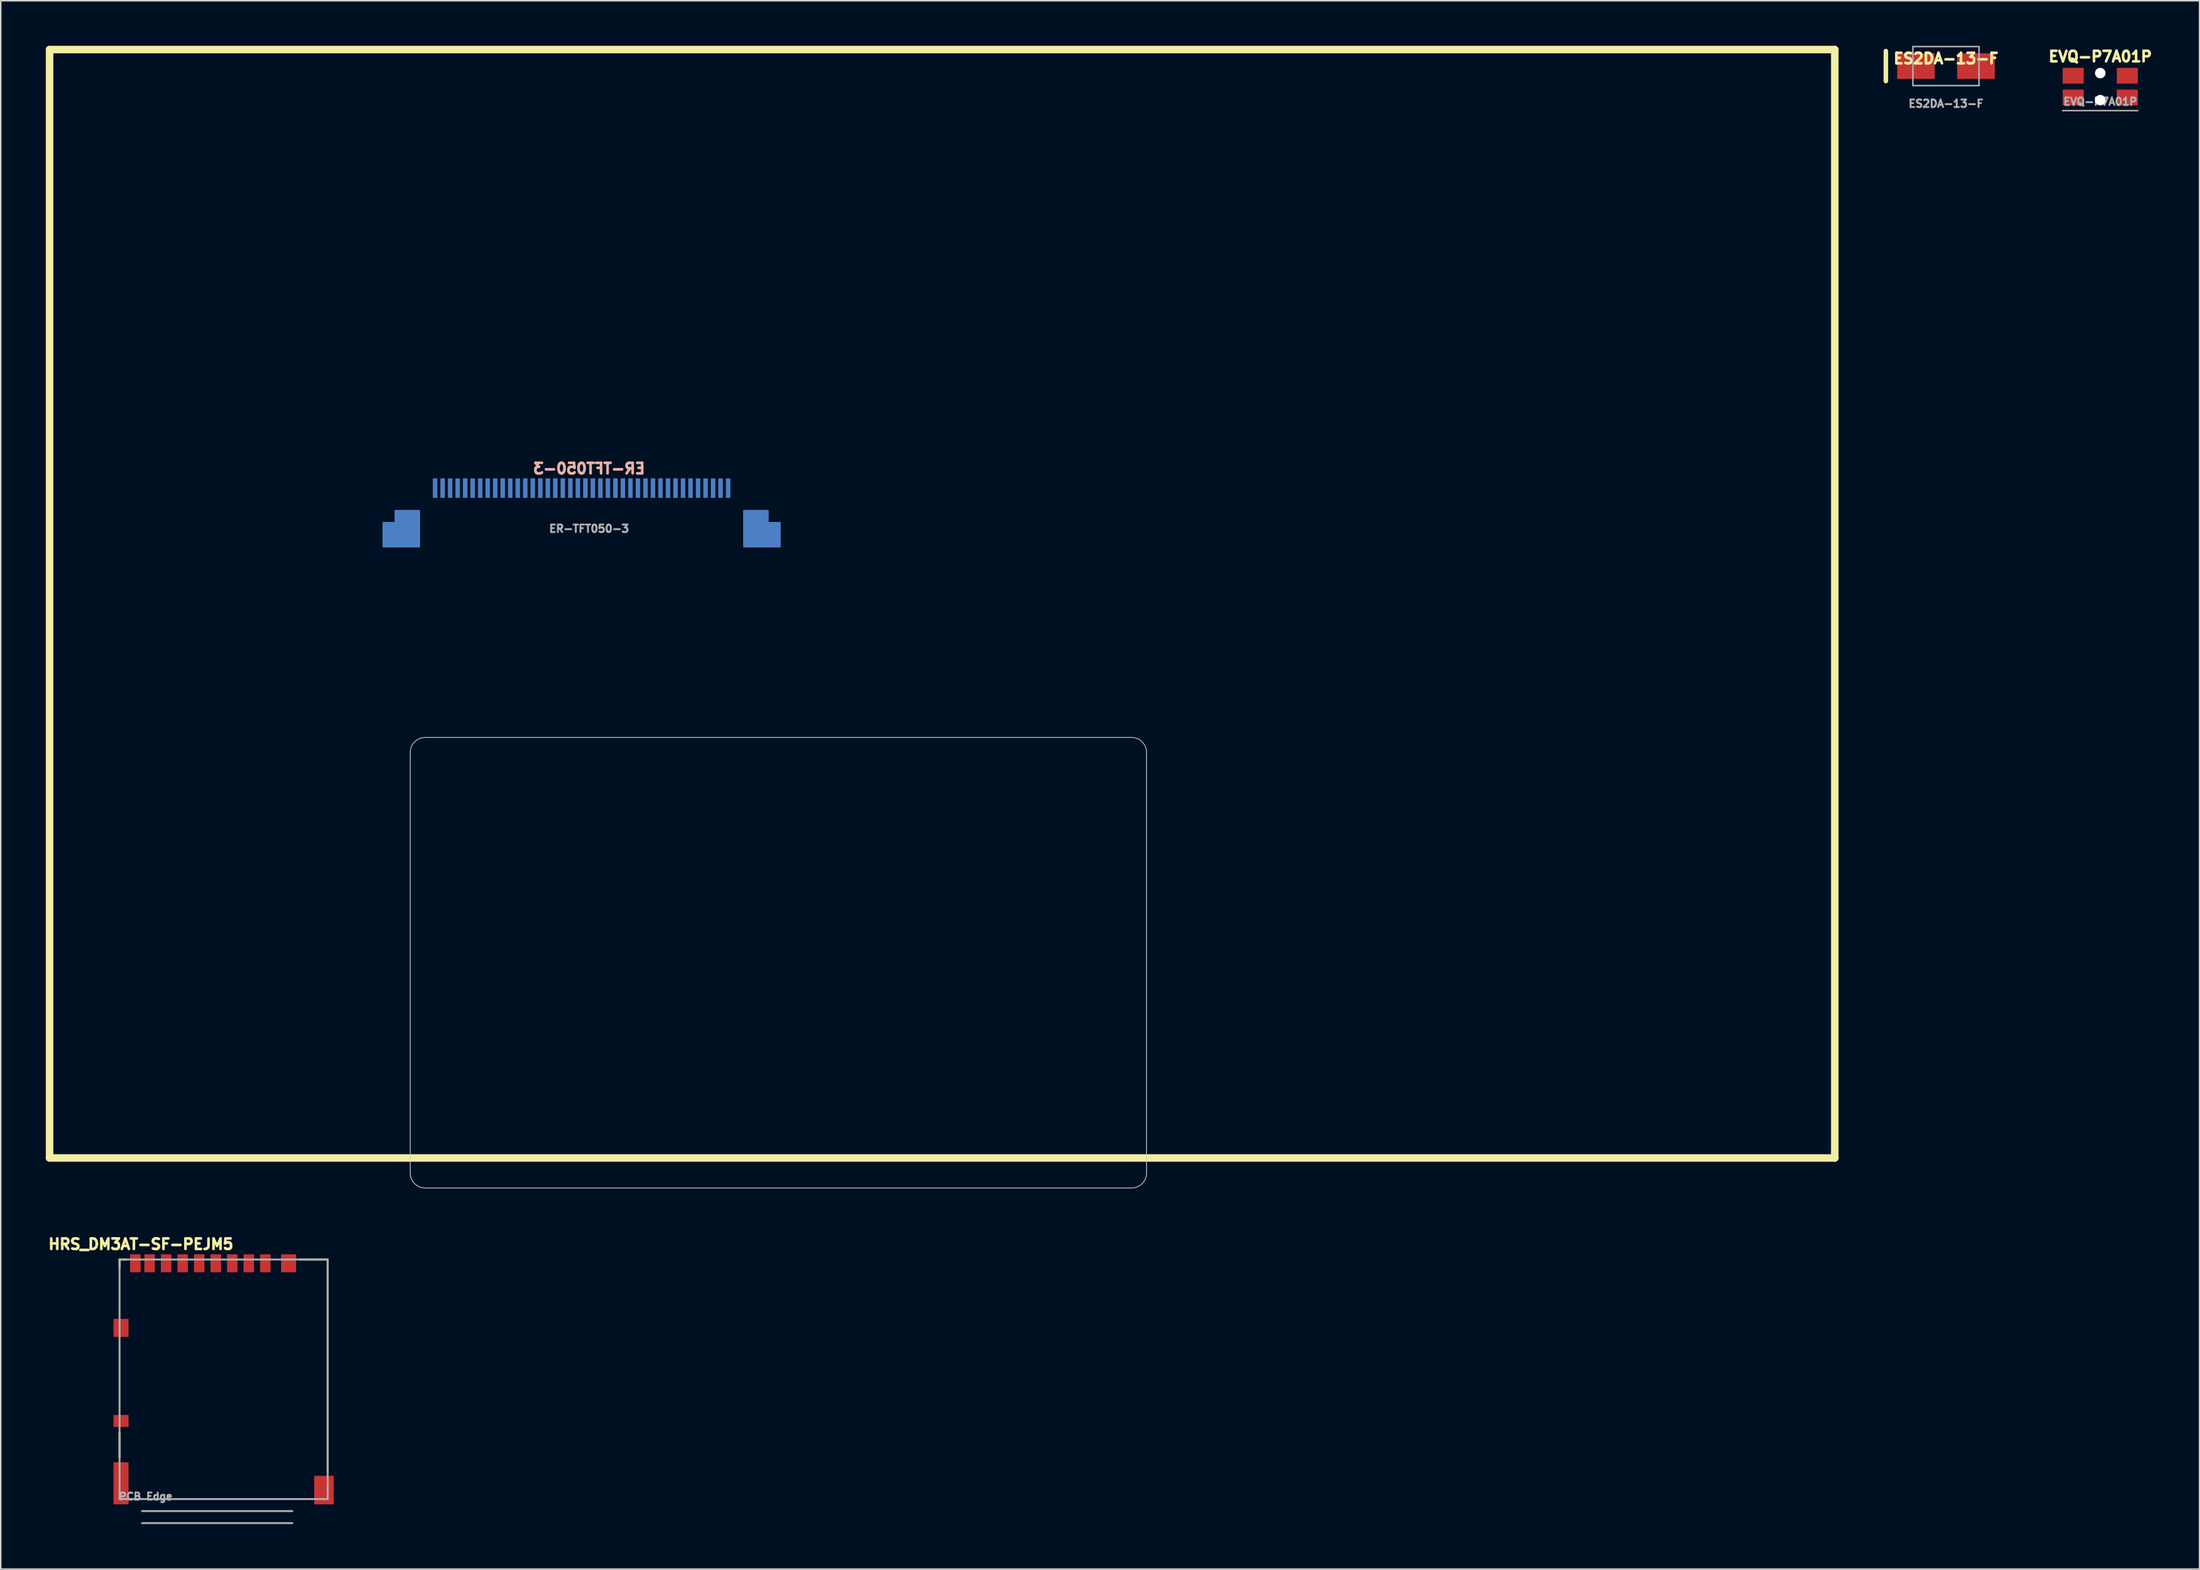
<source format=kicad_pcb>
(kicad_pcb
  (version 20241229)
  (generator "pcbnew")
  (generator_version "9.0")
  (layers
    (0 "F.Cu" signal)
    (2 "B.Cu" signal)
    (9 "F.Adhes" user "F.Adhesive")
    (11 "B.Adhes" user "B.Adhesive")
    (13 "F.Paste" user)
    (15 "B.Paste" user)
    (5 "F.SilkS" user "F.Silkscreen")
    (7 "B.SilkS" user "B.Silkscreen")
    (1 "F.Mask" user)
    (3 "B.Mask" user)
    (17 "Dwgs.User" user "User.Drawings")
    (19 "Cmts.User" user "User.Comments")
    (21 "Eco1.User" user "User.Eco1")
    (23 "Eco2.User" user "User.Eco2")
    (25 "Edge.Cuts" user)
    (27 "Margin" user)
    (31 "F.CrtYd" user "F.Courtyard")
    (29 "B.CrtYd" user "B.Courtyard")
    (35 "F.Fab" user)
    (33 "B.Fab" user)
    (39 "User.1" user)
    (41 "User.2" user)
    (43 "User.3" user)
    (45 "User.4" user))
  (footprint "ES2DA-13-F"
    (layer "F.Cu")
    (at 126.45 1.35)
    (property "Reference" "ES2DA-13-F" (at 0 -0.5 0) (unlocked yes) (layer "F.SilkS") (effects (font (size 0.7 0.7) (thickness 0.175) (bold yes))))
    (attr smd)
    (fp_line (start -4 -1) (end -4 1) (stroke (width 0.3) (type default)) (layer "F.SilkS"))
    (fp_line (start -2.2 -1.3) (end -2.2 1.3) (stroke (width 0.1) (type default)) (layer "F.Fab"))
    (fp_line (start 2.2 -1.3) (end -2.2 -1.3) (stroke (width 0.1) (type default)) (layer "F.Fab"))
    (fp_line (start 2.2 -1.3) (end 2.2 1.3) (stroke (width 0.1) (type default)) (layer "F.Fab"))
    (fp_line (start 2.2 1.3) (end -2.2 1.3) (stroke (width 0.1) (type default)) (layer "F.Fab"))
    (fp_text user "${REFERENCE}" (at 0 2.5 0) (unlocked yes) (layer "F.Fab") (effects (font (size 0.5 0.5) (thickness 0.125))))
    (pad "1" smd rect (at 2 0) (size 2.5 1.7) (layers "F.Cu" "F.Mask" "F.Paste"))
    (pad "2" smd rect (at -2 0) (size 2.5 1.7) (layers "F.Cu" "F.Mask" "F.Paste")))
  (footprint "HRS_DM3AT-SF-PEJM5"
    (layer "F.Cu")
    (at 11.406 81.062)
    (property "Reference" "HRS_DM3AT-SF-PEJM5" (at -5.08 -1.27 0) (layer "F.SilkS") (effects (font (size 0.7 0.7) (thickness 0.175) (bold yes))))
    (attr smd)
    (fp_line (start -6.5 -0.25) (end -6.5 0.3) (stroke (width 0.127) (type solid)) (layer "F.SilkS"))
    (fp_line (start -6.5 12.9) (end -6.5 11.3) (stroke (width 0.127) (type solid)) (layer "F.SilkS"))
    (fp_line (start -6.05 -0.25) (end -6.5 -0.25) (stroke (width 0.127) (type solid)) (layer "F.SilkS"))
    (fp_line (start 5.5 -0.25) (end 7.35 -0.25) (stroke (width 0.127) (type solid)) (layer "F.SilkS"))
    (fp_line (start 7.35 -0.25) (end 7.35 13.9) (stroke (width 0.127) (type solid)) (layer "F.SilkS"))
    (fp_line (start -6.5 -0.25) (end 7.35 -0.25) (stroke (width 0.127) (type solid)) (layer "F.Fab"))
    (fp_line (start -6.5 15.7) (end -6.5 -0.25) (stroke (width 0.127) (type solid)) (layer "F.Fab"))
    (fp_line (start 5 16.5) (end -5 16.5) (stroke (width 0.127) (type solid)) (layer "F.Fab"))
    (fp_line (start 5 17.3) (end -5 17.3) (stroke (width 0.127) (type solid)) (layer "F.Fab"))
    (fp_line (start 7.35 -0.25) (end 7.35 15.7) (stroke (width 0.127) (type solid)) (layer "F.Fab"))
    (fp_line (start 7.35 15.7) (end -6.5 15.7) (stroke (width 0.127) (type solid)) (layer "F.Fab"))
    (fp_text user "PCB Edge" (at -4.758 15.525 0) (layer "F.Fab") (effects (font (size 0.481 0.481) (thickness 0.15))))
    (pad "1" smd rect (at 3.2 0) (size 0.7 1.2) (layers "F.Cu" "F.Mask" "F.Paste"))
    (pad "2" smd rect (at 2.1 0) (size 0.7 1.2) (layers "F.Cu" "F.Mask" "F.Paste"))
    (pad "3" smd rect (at 1 0) (size 0.7 1.2) (layers "F.Cu" "F.Mask" "F.Paste"))
    (pad "4" smd rect (at -0.1 0) (size 0.7 1.2) (layers "F.Cu" "F.Mask" "F.Paste"))
    (pad "5" smd rect (at -1.2 0) (size 0.7 1.2) (layers "F.Cu" "F.Mask" "F.Paste"))
    (pad "6" smd rect (at -2.3 0) (size 0.7 1.2) (layers "F.Cu" "F.Mask" "F.Paste"))
    (pad "7" smd rect (at -3.4 0) (size 0.7 1.2) (layers "F.Cu" "F.Mask" "F.Paste"))
    (pad "8" smd rect (at -4.5 0) (size 0.7 1.2) (layers "F.Cu" "F.Mask" "F.Paste"))
    (pad "P1" smd rect (at -6.4 4.3) (size 1 1.2) (layers "F.Cu" "F.Mask" "F.Paste"))
    (pad "P2" smd rect (at -6.4 14.65) (size 1 2.8) (layers "F.Cu" "F.Mask" "F.Paste"))
    (pad "P3" smd rect (at 7.1 15.1) (size 1.3 1.9) (layers "F.Cu" "F.Mask" "F.Paste"))
    (pad "P4" smd rect (at 4.75 0) (size 1 1.2) (layers "F.Cu" "F.Mask" "F.Paste"))
    (pad "SWA" smd rect (at -6.4 10.5) (size 1 0.8) (layers "F.Cu" "F.Mask" "F.Paste"))
    (pad "SWB" smd rect (at -5.45 0) (size 0.7 1.2) (layers "F.Cu" "F.Mask" "F.Paste"))
    (zone (net_name "") (layer "F.Cu") (hatch full 0.508) (connect_pads) (min_thickness 0.01) (filled_areas_thickness no) (keepout (tracks not_allowed) (vias not_allowed) (pads not_allowed) (copperpour not_allowed) (footprints allowed)) (placement (enabled no)) (fill) (polygon (pts (xy 4.593 81.512) (xy 5.356 81.512) (xy 5.356 84.769) (xy 4.593 84.769))))
    (zone (net_name "") (layer "F.Cu") (hatch full 0.508) (connect_pads) (min_thickness 0.01) (filled_areas_thickness no) (keepout (tracks not_allowed) (vias not_allowed) (pads not_allowed) (copperpour not_allowed) (footprints allowed)) (placement (enabled no)) (fill) (polygon (pts (xy 4.602 85.962) (xy 5.356 85.962) (xy 5.356 89.567) (xy 4.602 89.567))))
    (zone (net_name "") (layer "F.Cu") (hatch full 0.508) (connect_pads) (min_thickness 0.01) (filled_areas_thickness no) (keepout (tracks not_allowed) (vias not_allowed) (pads not_allowed) (copperpour not_allowed) (footprints allowed)) (placement (enabled no)) (fill) (polygon (pts (xy 5.7 87.362) (xy 6.406 87.362) (xy 6.406 94.976) (xy 5.7 94.976))))
    (zone (net_name "") (layer "F.Cu") (hatch full 0.508) (connect_pads) (min_thickness 0.01) (filled_areas_thickness no) (keepout (tracks not_allowed) (vias not_allowed) (pads not_allowed) (copperpour not_allowed) (footprints allowed)) (placement (enabled no)) (fill) (polygon (pts (xy 6.403 86.062) (xy 15.106 86.062) (xy 15.106 87.666) (xy 6.403 87.666))))
    (zone (net_name "") (layer "F.Cu") (hatch full 0.508) (connect_pads) (min_thickness 0.01) (filled_areas_thickness no) (keepout (tracks not_allowed) (vias not_allowed) (pads not_allowed) (copperpour not_allowed) (footprints allowed)) (placement (enabled no)) (fill) (polygon (pts (xy 14.757 95.762) (xy 17.306 95.762) (xy 17.306 97.119) (xy 14.757 97.119)))))
  (footprint "ER-TFT050-3"
    (layer "F.Cu")
    (at 59.65 37.15)
    (property "Reference" "ER-TFT050-3" (at -23.5 -9 0) (unlocked yes) (layer "B.SilkS") (effects (font (size 0.7 0.7) (thickness 0.175) (bold yes)) (justify mirror)))
    (attr smd)
    (fp_poly (pts (xy -34.795 -6.2) (xy -36.395 -6.2) (xy -36.395 -5.4) (xy -37.195 -5.4) (xy -37.195 -3.8) (xy -34.795 -3.8)) (stroke (width 0.1) (type solid)) (fill yes) (layer "B.Cu"))
    (fp_poly (pts (xy -13.195 -6.2) (xy -11.595 -6.2) (xy -11.595 -5.4) (xy -10.795 -5.4) (xy -10.795 -3.8) (xy -13.195 -3.8)) (stroke (width 0.1) (type solid)) (fill yes) (layer "B.Cu"))
    (fp_poly (pts (xy -34.795 -6.2) (xy -36.395 -6.2) (xy -36.395 -5.4) (xy -37.195 -5.4) (xy -37.195 -3.8) (xy -34.795 -3.8)) (stroke (width 0.1) (type solid)) (fill yes) (layer "B.Mask"))
    (fp_poly (pts (xy -13.195 -6.2) (xy -11.595 -6.2) (xy -11.595 -5.4) (xy -10.795 -5.4) (xy -10.795 -3.8) (xy -13.195 -3.8)) (stroke (width 0.1) (type solid)) (fill yes) (layer "B.Mask"))
    (fp_line (start -59.4 -36.9) (end -59.4 36.9) (stroke (width 0.5) (type default)) (layer "F.SilkS"))
    (fp_line (start -59.4 -36.9) (end 59.4 -36.9) (stroke (width 0.5) (type default)) (layer "F.SilkS"))
    (fp_line (start -59.4 36.9) (end 59.4 36.9) (stroke (width 0.5) (type default)) (layer "F.SilkS"))
    (fp_line (start 59.4 -36.9) (end 59.4 36.9) (stroke (width 0.5) (type default)) (layer "F.SilkS"))
    (fp_poly (pts (xy -34.795 -6.2) (xy -36.395 -6.2) (xy -36.395 -5.4) (xy -37.195 -5.4) (xy -37.195 -3.8) (xy -34.795 -3.8)) (stroke (width 0.1) (type solid)) (fill yes) (layer "B.Paste"))
    (fp_poly (pts (xy -13.195 -6.2) (xy -11.595 -6.2) (xy -11.595 -5.4) (xy -10.795 -5.4) (xy -10.795 -3.8) (xy -13.195 -3.8)) (stroke (width 0.1) (type solid)) (fill yes) (layer "B.Paste"))
    (fp_line (start -35.4 37.9) (end -35.4 9.9) (stroke (width 0.05) (type default)) (layer "Edge.Cuts"))
    (fp_line (start -34.4 8.9) (end 12.6 8.9) (stroke (width 0.05) (type default)) (layer "Edge.Cuts"))
    (fp_line (start -34.4 38.9) (end 12.6 38.9) (stroke (width 0.05) (type default)) (layer "Edge.Cuts"))
    (fp_line (start 13.6 37.9) (end 13.6 9.9) (stroke (width 0.05) (type default)) (layer "Edge.Cuts"))
    (fp_arc (start -35.4 9.9) (mid -35.107107 9.192893) (end -34.4 8.9) (stroke (width 0.05) (type default)) (layer "Edge.Cuts"))
    (fp_arc (start -34.4 38.9) (mid -35.107107 38.607107) (end -35.4 37.9) (stroke (width 0.05) (type default)) (layer "Edge.Cuts"))
    (fp_arc (start 12.6 8.9) (mid 13.307107 9.192893) (end 13.6 9.9) (stroke (width 0.05) (type default)) (layer "Edge.Cuts"))
    (fp_arc (start 13.6 37.9) (mid 13.307107 38.607107) (end 12.6 38.9) (stroke (width 0.05) (type default)) (layer "Edge.Cuts"))
    (fp_text user "${REFERENCE}" (at -23.5 -5 0) (unlocked yes) (layer "F.Fab") (effects (font (size 0.5 0.5) (thickness 0.125))))
    (pad "1" smd rect (at -33.745 -7.7) (size 0.3 1.3) (layers "B.Cu" "B.Mask" "B.Paste"))
    (pad "2" smd rect (at -33.245 -7.7) (size 0.3 1.3) (layers "B.Cu" "B.Mask" "B.Paste"))
    (pad "3" smd rect (at -32.745 -7.7) (size 0.3 1.3) (layers "B.Cu" "B.Mask" "B.Paste"))
    (pad "4" smd rect (at -32.245 -7.7) (size 0.3 1.3) (layers "B.Cu" "B.Mask" "B.Paste"))
    (pad "5" smd rect (at -31.745 -7.7) (size 0.3 1.3) (layers "B.Cu" "B.Mask" "B.Paste"))
    (pad "6" smd rect (at -31.245 -7.7) (size 0.3 1.3) (layers "B.Cu" "B.Mask" "B.Paste"))
    (pad "7" smd rect (at -30.745 -7.7) (size 0.3 1.3) (layers "B.Cu" "B.Mask" "B.Paste"))
    (pad "8" smd rect (at -30.245 -7.7) (size 0.3 1.3) (layers "B.Cu" "B.Mask" "B.Paste"))
    (pad "9" smd rect (at -29.745 -7.7) (size 0.3 1.3) (layers "B.Cu" "B.Mask" "B.Paste"))
    (pad "10" smd rect (at -29.245 -7.7) (size 0.3 1.3) (layers "B.Cu" "B.Mask" "B.Paste"))
    (pad "11" smd rect (at -28.745 -7.7) (size 0.3 1.3) (layers "B.Cu" "B.Mask" "B.Paste"))
    (pad "12" smd rect (at -28.245 -7.7) (size 0.3 1.3) (layers "B.Cu" "B.Mask" "B.Paste"))
    (pad "13" smd rect (at -27.745 -7.7) (size 0.3 1.3) (layers "B.Cu" "B.Mask" "B.Paste"))
    (pad "14" smd rect (at -27.245 -7.7) (size 0.3 1.3) (layers "B.Cu" "B.Mask" "B.Paste"))
    (pad "15" smd rect (at -26.745 -7.7) (size 0.3 1.3) (layers "B.Cu" "B.Mask" "B.Paste"))
    (pad "16" smd rect (at -26.245 -7.7) (size 0.3 1.3) (layers "B.Cu" "B.Mask" "B.Paste"))
    (pad "17" smd rect (at -25.745 -7.7) (size 0.3 1.3) (layers "B.Cu" "B.Mask" "B.Paste"))
    (pad "18" smd rect (at -25.245 -7.7) (size 0.3 1.3) (layers "B.Cu" "B.Mask" "B.Paste"))
    (pad "19" smd rect (at -24.745 -7.7) (size 0.3 1.3) (layers "B.Cu" "B.Mask" "B.Paste"))
    (pad "20" smd rect (at -24.245 -7.7) (size 0.3 1.3) (layers "B.Cu" "B.Mask" "B.Paste"))
    (pad "21" smd rect (at -23.745 -7.7) (size 0.3 1.3) (layers "B.Cu" "B.Mask" "B.Paste"))
    (pad "22" smd rect (at -23.245 -7.7) (size 0.3 1.3) (layers "B.Cu" "B.Mask" "B.Paste"))
    (pad "23" smd rect (at -22.745 -7.7) (size 0.3 1.3) (layers "B.Cu" "B.Mask" "B.Paste"))
    (pad "24" smd rect (at -22.245 -7.7) (size 0.3 1.3) (layers "B.Cu" "B.Mask" "B.Paste"))
    (pad "25" smd rect (at -21.745 -7.7) (size 0.3 1.3) (layers "B.Cu" "B.Mask" "B.Paste"))
    (pad "26" smd rect (at -21.245 -7.7) (size 0.3 1.3) (layers "B.Cu" "B.Mask" "B.Paste"))
    (pad "27" smd rect (at -20.745 -7.7) (size 0.3 1.3) (layers "B.Cu" "B.Mask" "B.Paste"))
    (pad "28" smd rect (at -20.245 -7.7) (size 0.3 1.3) (layers "B.Cu" "B.Mask" "B.Paste"))
    (pad "29" smd rect (at -19.745 -7.7) (size 0.3 1.3) (layers "B.Cu" "B.Mask" "B.Paste"))
    (pad "30" smd rect (at -19.245 -7.7) (size 0.3 1.3) (layers "B.Cu" "B.Mask" "B.Paste"))
    (pad "31" smd rect (at -18.745 -7.7) (size 0.3 1.3) (layers "B.Cu" "B.Mask" "B.Paste"))
    (pad "32" smd rect (at -18.245 -7.7) (size 0.3 1.3) (layers "B.Cu" "B.Mask" "B.Paste"))
    (pad "33" smd rect (at -17.745 -7.7) (size 0.3 1.3) (layers "B.Cu" "B.Mask" "B.Paste"))
    (pad "34" smd rect (at -17.245 -7.7) (size 0.3 1.3) (layers "B.Cu" "B.Mask" "B.Paste"))
    (pad "35" smd rect (at -16.745 -7.7) (size 0.3 1.3) (layers "B.Cu" "B.Mask" "B.Paste"))
    (pad "36" smd rect (at -16.245 -7.7) (size 0.3 1.3) (layers "B.Cu" "B.Mask" "B.Paste"))
    (pad "37" smd rect (at -15.745 -7.7) (size 0.3 1.3) (layers "B.Cu" "B.Mask" "B.Paste"))
    (pad "38" smd rect (at -15.245 -7.7) (size 0.3 1.3) (layers "B.Cu" "B.Mask" "B.Paste"))
    (pad "39" smd rect (at -14.745 -7.7) (size 0.3 1.3) (layers "B.Cu" "B.Mask" "B.Paste"))
    (pad "40" smd rect (at -14.245 -7.7) (size 0.3 1.3) (layers "B.Cu" "B.Mask" "B.Paste")))
  (footprint "EVQ-P7A01P"
    (layer "F.Cu")
    (at 136.718 2.717)
    (property "Reference" "EVQ-P7A01P" (at 0 -2 0) (unlocked yes) (layer "F.SilkS") (effects (font (size 0.7 0.7) (thickness 0.175) (bold yes))))
    (attr smd)
    (fp_line (start 2.5 1.6) (end -2.5 1.6) (stroke (width 0.1) (type default)) (layer "F.Fab"))
    (fp_text user "${REFERENCE}" (at 0 1 0) (unlocked yes) (layer "F.Fab") (effects (font (size 0.5 0.5) (thickness 0.125))))
    (pad "" np_thru_hole circle (at 0 -0.9) (size 0.7 0.7) (drill 0.7) (layers "*.Cu" "*.Mask"))
    (pad "" np_thru_hole circle (at 0 0.9) (size 0.7 0.7) (drill 0.7) (layers "*.Cu" "*.Mask"))
    (pad "1" smd rect (at -1.8 -0.725) (size 1.4 1.05) (layers "F.Cu" "F.Mask" "F.Paste"))
    (pad "2" smd rect (at 1.8 -0.725) (size 1.4 1.05) (layers "F.Cu" "F.Mask" "F.Paste"))
    (pad "3" smd rect (at -1.8 0.725) (size 1.4 1.05) (layers "F.Cu" "F.Mask" "F.Paste"))
    (pad "4" smd rect (at 1.8 0.725) (size 1.4 1.05) (layers "F.Cu" "F.Mask" "F.Paste")))
  (gr_rect
    (start -3 -3)
    (end 143.328 101.425)
    (stroke (width 0.1) (type default))
    (fill no)
    (layer "Edge.Cuts")))
</source>
